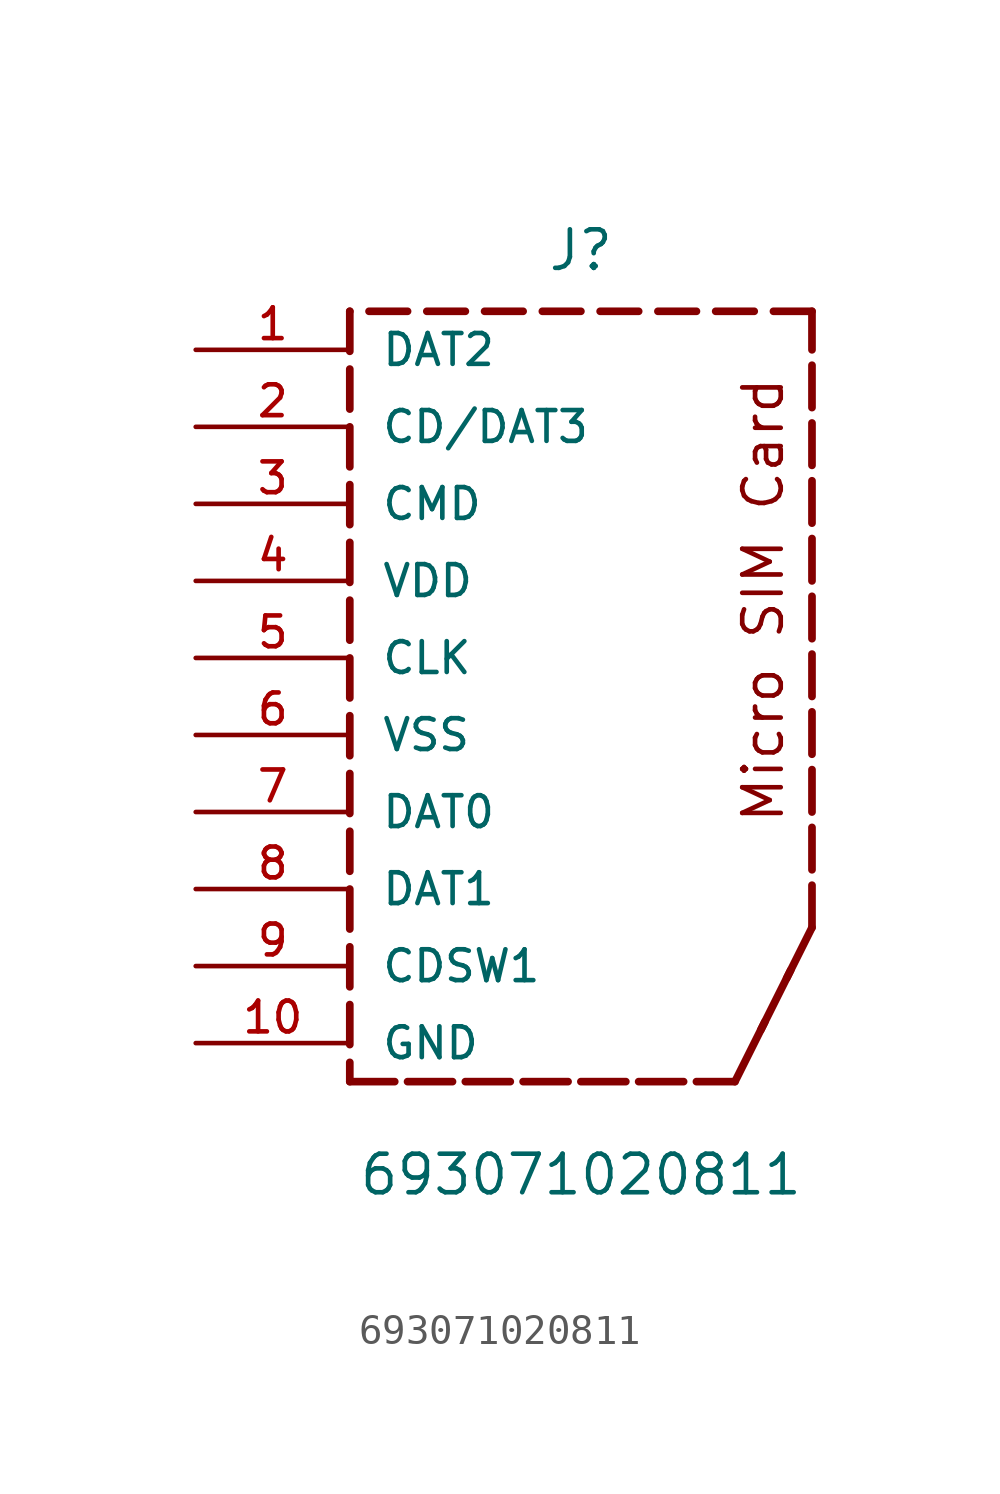
<source format=kicad_sym>
(kicad_symbol_lib
  (version 20211014)
  (generator kicad_symbol_editor)
  (symbol "693071020811"
    (pin_names
      (offset 1.016))
    (property "Reference" "J"
      (at 0.0 12.7 0)
      (effects (font (size 1.27 1.27)) (justify bottom)))
    (property "Value" "693071020811"
      (at 0.0 -17.78 0)
      (effects (font (size 1.27 1.27)) (justify bottom)))
    (symbol "693071020811_0_0"
      (text "Micro SIM Card" (at 6.753 -5.512 900) (effects (font (size 1.27 1.27)) (justify bottom left)))
      (polyline (pts (xy -7.62 11.43) (xy -7.62 10.111)) (stroke (width 0.254)))
      (polyline (pts (xy -7.62 9.525) (xy -7.62 8.206)) (stroke (width 0.254)))
      (polyline (pts (xy -7.62 7.62) (xy -7.62 6.301)) (stroke (width 0.254)))
      (polyline (pts (xy -7.62 5.715) (xy -7.62 4.396)) (stroke (width 0.254)))
      (polyline (pts (xy -7.62 3.81) (xy -7.62 2.491)) (stroke (width 0.254)))
      (polyline (pts (xy -7.62 1.905) (xy -7.62 0.586)) (stroke (width 0.254)))
      (polyline (pts (xy -7.62 0.0) (xy -7.62 -1.319)) (stroke (width 0.254)))
      (polyline (pts (xy -7.62 -1.905) (xy -7.62 -3.224)) (stroke (width 0.254)))
      (polyline (pts (xy -7.62 -3.81) (xy -7.62 -5.129)) (stroke (width 0.254)))
      (polyline (pts (xy -7.62 -5.715) (xy -7.62 -7.034)) (stroke (width 0.254)))
      (polyline (pts (xy -7.62 -7.62) (xy -7.62 -8.939)) (stroke (width 0.254)))
      (polyline (pts (xy -7.62 -9.525) (xy -7.62 -10.844)) (stroke (width 0.254)))
      (polyline (pts (xy -7.62 -11.43) (xy -7.62 -12.749)) (stroke (width 0.254)))
      (polyline (pts (xy -7.62 -13.335) (xy -7.62 -13.97)) (stroke (width 0.254)))
      (polyline (pts (xy -7.62 -13.97) (xy -6.138 -13.97)) (stroke (width 0.254)))
      (polyline (pts (xy -5.715 -13.97) (xy -4.233 -13.97)) (stroke (width 0.254)))
      (polyline (pts (xy -3.81 -13.97) (xy -2.328 -13.97)) (stroke (width 0.254)))
      (polyline (pts (xy -1.905 -13.97) (xy -0.423 -13.97)) (stroke (width 0.254)))
      (polyline (pts (xy 8.88178e-16 -13.97) (xy 1.482 -13.97)) (stroke (width 0.254)))
      (polyline (pts (xy 1.905 -13.97) (xy 3.387 -13.97)) (stroke (width 0.254)))
      (polyline (pts (xy 3.81 -13.97) (xy 5.08 -13.97)) (stroke (width 0.254)))
      (polyline (pts (xy 7.62 11.43) (xy 6.35 11.43)) (stroke (width 0.254)))
      (polyline (pts (xy 5.715 11.43) (xy 4.445 11.43)) (stroke (width 0.254)))
      (polyline (pts (xy 3.81 11.43) (xy 2.54 11.43)) (stroke (width 0.254)))
      (polyline (pts (xy 1.905 11.43) (xy 0.635 11.43)) (stroke (width 0.254)))
      (polyline (pts (xy 0.0 11.43) (xy -1.27 11.43)) (stroke (width 0.254)))
      (polyline (pts (xy -1.905 11.43) (xy -3.175 11.43)) (stroke (width 0.254)))
      (polyline (pts (xy -3.81 11.43) (xy -5.08 11.43)) (stroke (width 0.254)))
      (polyline (pts (xy -5.715 11.43) (xy -6.985 11.43)) (stroke (width 0.254)))
      (polyline (pts (xy -7.62 11.43) (xy -7.62 11.43)) (stroke (width 0.254)))
      (polyline (pts (xy 5.08 -13.97) (xy 6.066 -11.998)) (stroke (width 0.254)))
      (polyline (pts (xy 5.932 -12.266) (xy 6.918 -10.294)) (stroke (width 0.254)))
      (polyline (pts (xy 6.784 -10.562) (xy 7.62 -8.89)) (stroke (width 0.254)))
      (polyline (pts (xy 7.62 -8.89) (xy 7.62 -7.493)) (stroke (width 0.254)))
      (polyline (pts (xy 7.62 -6.985) (xy 7.62 -5.588)) (stroke (width 0.254)))
      (polyline (pts (xy 7.62 -5.08) (xy 7.62 -3.683)) (stroke (width 0.254)))
      (polyline (pts (xy 7.62 -3.175) (xy 7.62 -1.778)) (stroke (width 0.254)))
      (polyline (pts (xy 7.62 -1.27) (xy 7.62 0.127)) (stroke (width 0.254)))
      (polyline (pts (xy 7.62 0.635) (xy 7.62 2.032)) (stroke (width 0.254)))
      (polyline (pts (xy 7.62 2.54) (xy 7.62 3.937)) (stroke (width 0.254)))
      (polyline (pts (xy 7.62 4.445) (xy 7.62 5.842)) (stroke (width 0.254)))
      (polyline (pts (xy 7.62 6.35) (xy 7.62 7.747)) (stroke (width 0.254)))
      (polyline (pts (xy 7.62 8.255) (xy 7.62 9.652)) (stroke (width 0.254)))
      (polyline (pts (xy 7.62 10.16) (xy 7.62 11.43)) (stroke (width 0.254)))
      (pin bidirectional line (at -12.7 10.16 0) (length 5.08) (name "DAT2" (effects (font (size 1.016 1.016)))) (number "1" (effects (font (size 1.016 1.016)))))
      (pin bidirectional line (at -12.7 7.62 0) (length 5.08) (name "CD/DAT3" (effects (font (size 1.016 1.016)))) (number "2" (effects (font (size 1.016 1.016)))))
      (pin bidirectional line (at -12.7 5.08 0) (length 5.08) (name "CMD" (effects (font (size 1.016 1.016)))) (number "3" (effects (font (size 1.016 1.016)))))
      (pin bidirectional line (at -12.7 2.54 0) (length 5.08) (name "VDD" (effects (font (size 1.016 1.016)))) (number "4" (effects (font (size 1.016 1.016)))))
      (pin bidirectional line (at -12.7 0.0 0) (length 5.08) (name "CLK" (effects (font (size 1.016 1.016)))) (number "5" (effects (font (size 1.016 1.016)))))
      (pin bidirectional line (at -12.7 -2.54 0) (length 5.08) (name "VSS" (effects (font (size 1.016 1.016)))) (number "6" (effects (font (size 1.016 1.016)))))
      (pin bidirectional line (at -12.7 -5.08 0) (length 5.08) (name "DAT0" (effects (font (size 1.016 1.016)))) (number "7" (effects (font (size 1.016 1.016)))))
      (pin bidirectional line (at -12.7 -7.62 0) (length 5.08) (name "DAT1" (effects (font (size 1.016 1.016)))) (number "8" (effects (font (size 1.016 1.016)))))
      (pin bidirectional line (at -12.7 -10.16 0) (length 5.08) (name "CDSW1" (effects (font (size 1.016 1.016)))) (number "9" (effects (font (size 1.016 1.016)))))
      (pin bidirectional line (at -12.7 -12.7 0) (length 5.08) (name "GND" (effects (font (size 1.016 1.016)))) (number "10" (effects (font (size 1.016 1.016))))))))
</source>
